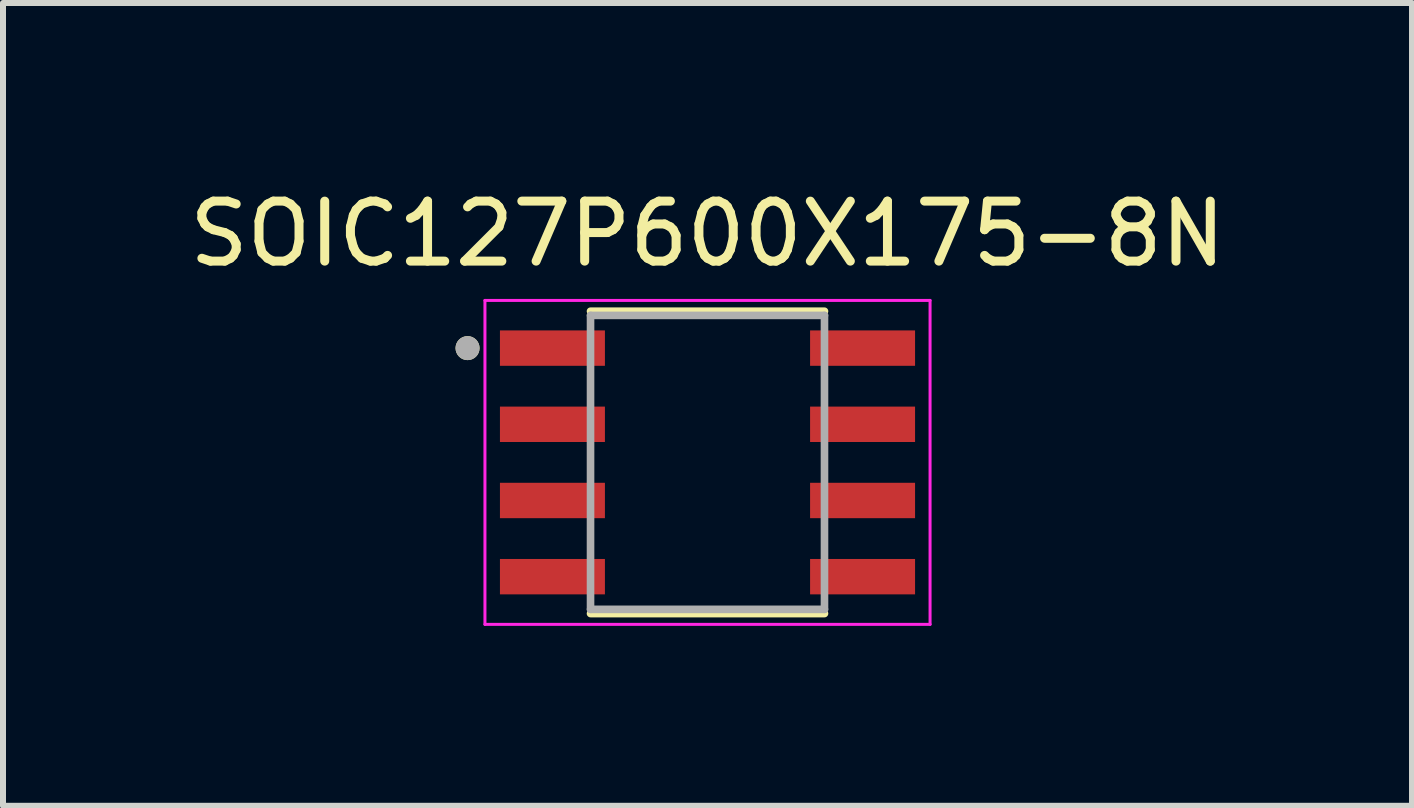
<source format=kicad_pcb>
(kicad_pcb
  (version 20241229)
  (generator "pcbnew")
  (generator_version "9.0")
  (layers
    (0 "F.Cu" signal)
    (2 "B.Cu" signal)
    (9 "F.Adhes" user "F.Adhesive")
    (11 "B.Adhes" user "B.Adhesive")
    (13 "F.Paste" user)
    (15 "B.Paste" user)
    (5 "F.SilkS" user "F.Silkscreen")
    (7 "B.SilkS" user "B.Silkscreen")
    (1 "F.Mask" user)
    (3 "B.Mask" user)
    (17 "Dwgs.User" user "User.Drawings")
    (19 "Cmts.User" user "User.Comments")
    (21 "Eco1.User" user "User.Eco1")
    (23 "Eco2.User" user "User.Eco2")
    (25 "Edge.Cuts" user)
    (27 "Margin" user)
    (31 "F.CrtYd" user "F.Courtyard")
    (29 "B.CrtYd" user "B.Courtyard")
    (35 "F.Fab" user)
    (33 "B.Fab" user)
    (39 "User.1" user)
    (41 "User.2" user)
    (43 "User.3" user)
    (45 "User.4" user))
  (footprint "SOIC127P600X175-8N"
    (layer "F.Cu")
    (at 8.744 4.658)
    (property "Reference" "SOIC127P600X175-8N" (at 0 -3.81 0) (layer "F.SilkS") (effects (font (size 1 1) (thickness 0.15))))
    (attr smd)
    (fp_line (start -1.95 -2.52) (end 1.95 -2.52) (stroke (width 0.127) (type solid)) (layer "F.SilkS"))
    (fp_line (start 1.95 2.52) (end -1.95 2.52) (stroke (width 0.127) (type solid)) (layer "F.SilkS"))
    (fp_circle (center -4 -1.905) (end -3.9 -1.905) (stroke (width 0.2) (type solid)) (fill no) (layer "F.SilkS"))
    (fp_line (start -3.71 -2.7) (end 3.71 -2.7) (stroke (width 0.05) (type solid)) (layer "F.CrtYd"))
    (fp_line (start -3.71 2.7) (end -3.71 -2.7) (stroke (width 0.05) (type solid)) (layer "F.CrtYd"))
    (fp_line (start 3.71 -2.7) (end 3.71 2.7) (stroke (width 0.05) (type solid)) (layer "F.CrtYd"))
    (fp_line (start 3.71 2.7) (end -3.71 2.7) (stroke (width 0.05) (type solid)) (layer "F.CrtYd"))
    (fp_line (start -1.95 -2.45) (end 1.95 -2.45) (stroke (width 0.127) (type solid)) (layer "F.Fab"))
    (fp_line (start -1.95 2.45) (end -1.95 -2.45) (stroke (width 0.127) (type solid)) (layer "F.Fab"))
    (fp_line (start 1.95 -2.45) (end 1.95 2.45) (stroke (width 0.127) (type solid)) (layer "F.Fab"))
    (fp_line (start 1.95 2.45) (end -1.95 2.45) (stroke (width 0.127) (type solid)) (layer "F.Fab"))
    (fp_circle (center -4 -1.905) (end -3.9 -1.905) (stroke (width 0.2) (type solid)) (fill no) (layer "F.Fab"))
    (pad "1" smd rect (at -2.585 -1.905) (size 1.75 0.59) (layers "F.Cu" "F.Mask" "F.Paste"))
    (pad "2" smd rect (at -2.585 -0.635) (size 1.75 0.59) (layers "F.Cu" "F.Mask" "F.Paste"))
    (pad "3" smd rect (at -2.585 0.635) (size 1.75 0.59) (layers "F.Cu" "F.Mask" "F.Paste"))
    (pad "4" smd rect (at -2.585 1.905) (size 1.75 0.59) (layers "F.Cu" "F.Mask" "F.Paste"))
    (pad "5" smd rect (at 2.585 1.905) (size 1.75 0.59) (layers "F.Cu" "F.Mask" "F.Paste"))
    (pad "6" smd rect (at 2.585 0.635) (size 1.75 0.59) (layers "F.Cu" "F.Mask" "F.Paste"))
    (pad "7" smd rect (at 2.585 -0.635) (size 1.75 0.59) (layers "F.Cu" "F.Mask" "F.Paste"))
    (pad "8" smd rect (at 2.585 -1.905) (size 1.75 0.59) (layers "F.Cu" "F.Mask" "F.Paste")))
  (gr_rect
    (start -3 -3)
    (end 20.488 10.383)
    (stroke (width 0.1) (type default))
    (fill no)
    (layer "Edge.Cuts")))
</source>
